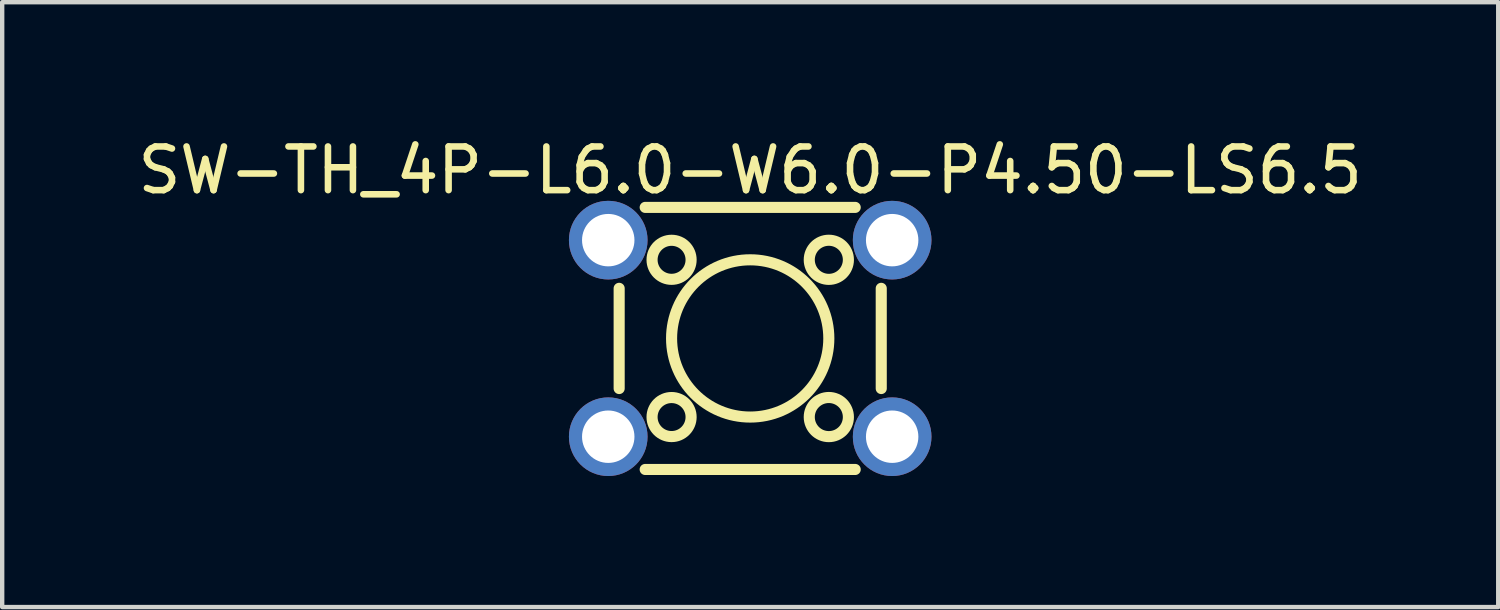
<source format=kicad_pcb>
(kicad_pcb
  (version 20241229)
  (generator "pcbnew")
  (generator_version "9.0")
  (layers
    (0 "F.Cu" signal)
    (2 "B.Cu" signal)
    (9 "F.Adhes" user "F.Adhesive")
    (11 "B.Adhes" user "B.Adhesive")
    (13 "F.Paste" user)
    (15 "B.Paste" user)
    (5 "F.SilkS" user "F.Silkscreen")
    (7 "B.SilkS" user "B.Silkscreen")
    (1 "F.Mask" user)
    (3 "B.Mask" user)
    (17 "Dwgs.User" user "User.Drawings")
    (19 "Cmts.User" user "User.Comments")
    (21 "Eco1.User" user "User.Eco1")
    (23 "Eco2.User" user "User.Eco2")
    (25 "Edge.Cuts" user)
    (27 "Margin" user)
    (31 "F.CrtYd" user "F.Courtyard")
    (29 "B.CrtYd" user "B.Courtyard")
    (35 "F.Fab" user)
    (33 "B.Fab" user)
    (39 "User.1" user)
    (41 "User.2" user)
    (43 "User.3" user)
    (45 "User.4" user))
  (footprint "SW-TH_4P-L6.0-W6.0-P4.50-LS6.5"
    (layer "F.Cu")
    (at 14.125 4.698)
    (property "Reference" "SW-TH_4P-L6.0-W6.0-P4.50-LS6.5" (at 0 -3.85 0) (layer "F.SilkS") (effects (font (size 1 1) (thickness 0.15))))
    (fp_line (start -3 1.147) (end -3 -1.147) (stroke (width 0.254) (type default)) (layer "F.SilkS"))
    (fp_line (start -2.404 -3) (end 2.404 -3) (stroke (width 0.254) (type default)) (layer "F.SilkS"))
    (fp_line (start 2.404 3) (end -2.404 3) (stroke (width 0.254) (type default)) (layer "F.SilkS"))
    (fp_line (start 3 -1.147) (end 3 1.147) (stroke (width 0.254) (type default)) (layer "F.SilkS"))
    (fp_circle (center -1.8 -1.8) (end -1.353 -1.8) (stroke (width 0.254) (type default)) (fill no) (layer "F.SilkS"))
    (fp_circle (center -1.8 1.8) (end -1.353 1.8) (stroke (width 0.254) (type default)) (fill no) (layer "F.SilkS"))
    (fp_circle (center 0 0) (end 1.8 0) (stroke (width 0.254) (type default)) (fill no) (layer "F.SilkS"))
    (fp_circle (center 1.8 -1.8) (end 2.248 -1.8) (stroke (width 0.254) (type default)) (fill no) (layer "F.SilkS"))
    (fp_circle (center 1.8 1.8) (end 2.248 1.8) (stroke (width 0.254) (type default)) (fill no) (layer "F.SilkS"))
    (fp_poly (pts (xy -3.4 -2.6) (xy -3.1 -2.6) (xy -3.1 -1.9) (xy -3.4 -1.9)) (stroke (width 0.1) (type default)) (fill no) (layer "User.1"))
    (fp_poly (pts (xy -3.4 1.9) (xy -3.1 1.9) (xy -3.1 2.6) (xy -3.4 2.6)) (stroke (width 0.1) (type default)) (fill no) (layer "User.1"))
    (fp_poly (pts (xy -2.9 -2.6) (xy -2.9 -1.9) (xy -3.7 -1.9) (xy -3.7 -2.6)) (stroke (width 0.1) (type default)) (fill no) (layer "User.1"))
    (fp_poly (pts (xy -2.9 1.9) (xy -2.9 2.6) (xy -3.7 2.6) (xy -3.7 1.9)) (stroke (width 0.1) (type default)) (fill no) (layer "User.1"))
    (fp_poly (pts (xy 2.9 -1.9) (xy 2.9 -2.6) (xy 3.7 -2.6) (xy 3.7 -1.9)) (stroke (width 0.1) (type default)) (fill no) (layer "User.1"))
    (fp_poly (pts (xy 2.9 2.6) (xy 2.9 1.9) (xy 3.7 1.9) (xy 3.7 2.6)) (stroke (width 0.1) (type default)) (fill no) (layer "User.1"))
    (fp_poly (pts (xy 3.1 -2.6) (xy 3.4 -2.6) (xy 3.4 -1.9) (xy 3.1 -1.9)) (stroke (width 0.1) (type default)) (fill no) (layer "User.1"))
    (fp_poly (pts (xy 3.1 1.9) (xy 3.4 1.9) (xy 3.4 2.6) (xy 3.1 2.6)) (stroke (width 0.1) (type default)) (fill no) (layer "User.1"))
    (fp_line (start -3 -3) (end 3 -3) (stroke (width 0.051) (type default)) (layer "User.2"))
    (fp_line (start -3 3) (end -3 -3) (stroke (width 0.051) (type default)) (layer "User.2"))
    (fp_line (start 3 -3) (end 3 3) (stroke (width 0.051) (type default)) (layer "User.2"))
    (fp_line (start 3 3) (end -3 3) (stroke (width 0.051) (type default)) (layer "User.2"))
    (fp_poly (pts (xy -3.645 -3.023) (xy -3.677 -3.055) (xy -3.723 -3.055) (xy -3.755 -3.023) (xy -3.755 -2.977) (xy -3.723 -2.945) (xy -3.677 -2.945) (xy -3.645 -2.977)) (stroke (width 0.1) (type default)) (fill no) (layer "User.3"))
    (pad "1" thru_hole circle (at -3.25 -2.25) (size 1.8 1.8) (drill 1.2) (layers "*.Cu" "*.Mask"))
    (pad "2" thru_hole circle (at 3.25 -2.25) (size 1.8 1.8) (drill 1.2) (layers "*.Cu" "*.Mask"))
    (pad "3" thru_hole circle (at -3.25 2.25) (size 1.8 1.8) (drill 1.2) (layers "*.Cu" "*.Mask"))
    (pad "4" thru_hole circle (at 3.25 2.25) (size 1.8 1.8) (drill 1.2) (layers "*.Cu" "*.Mask")))
  (gr_rect
    (start -3 -3)
    (end 31.25 10.848)
    (stroke (width 0.1) (type default))
    (fill no)
    (layer "Edge.Cuts")))
</source>
